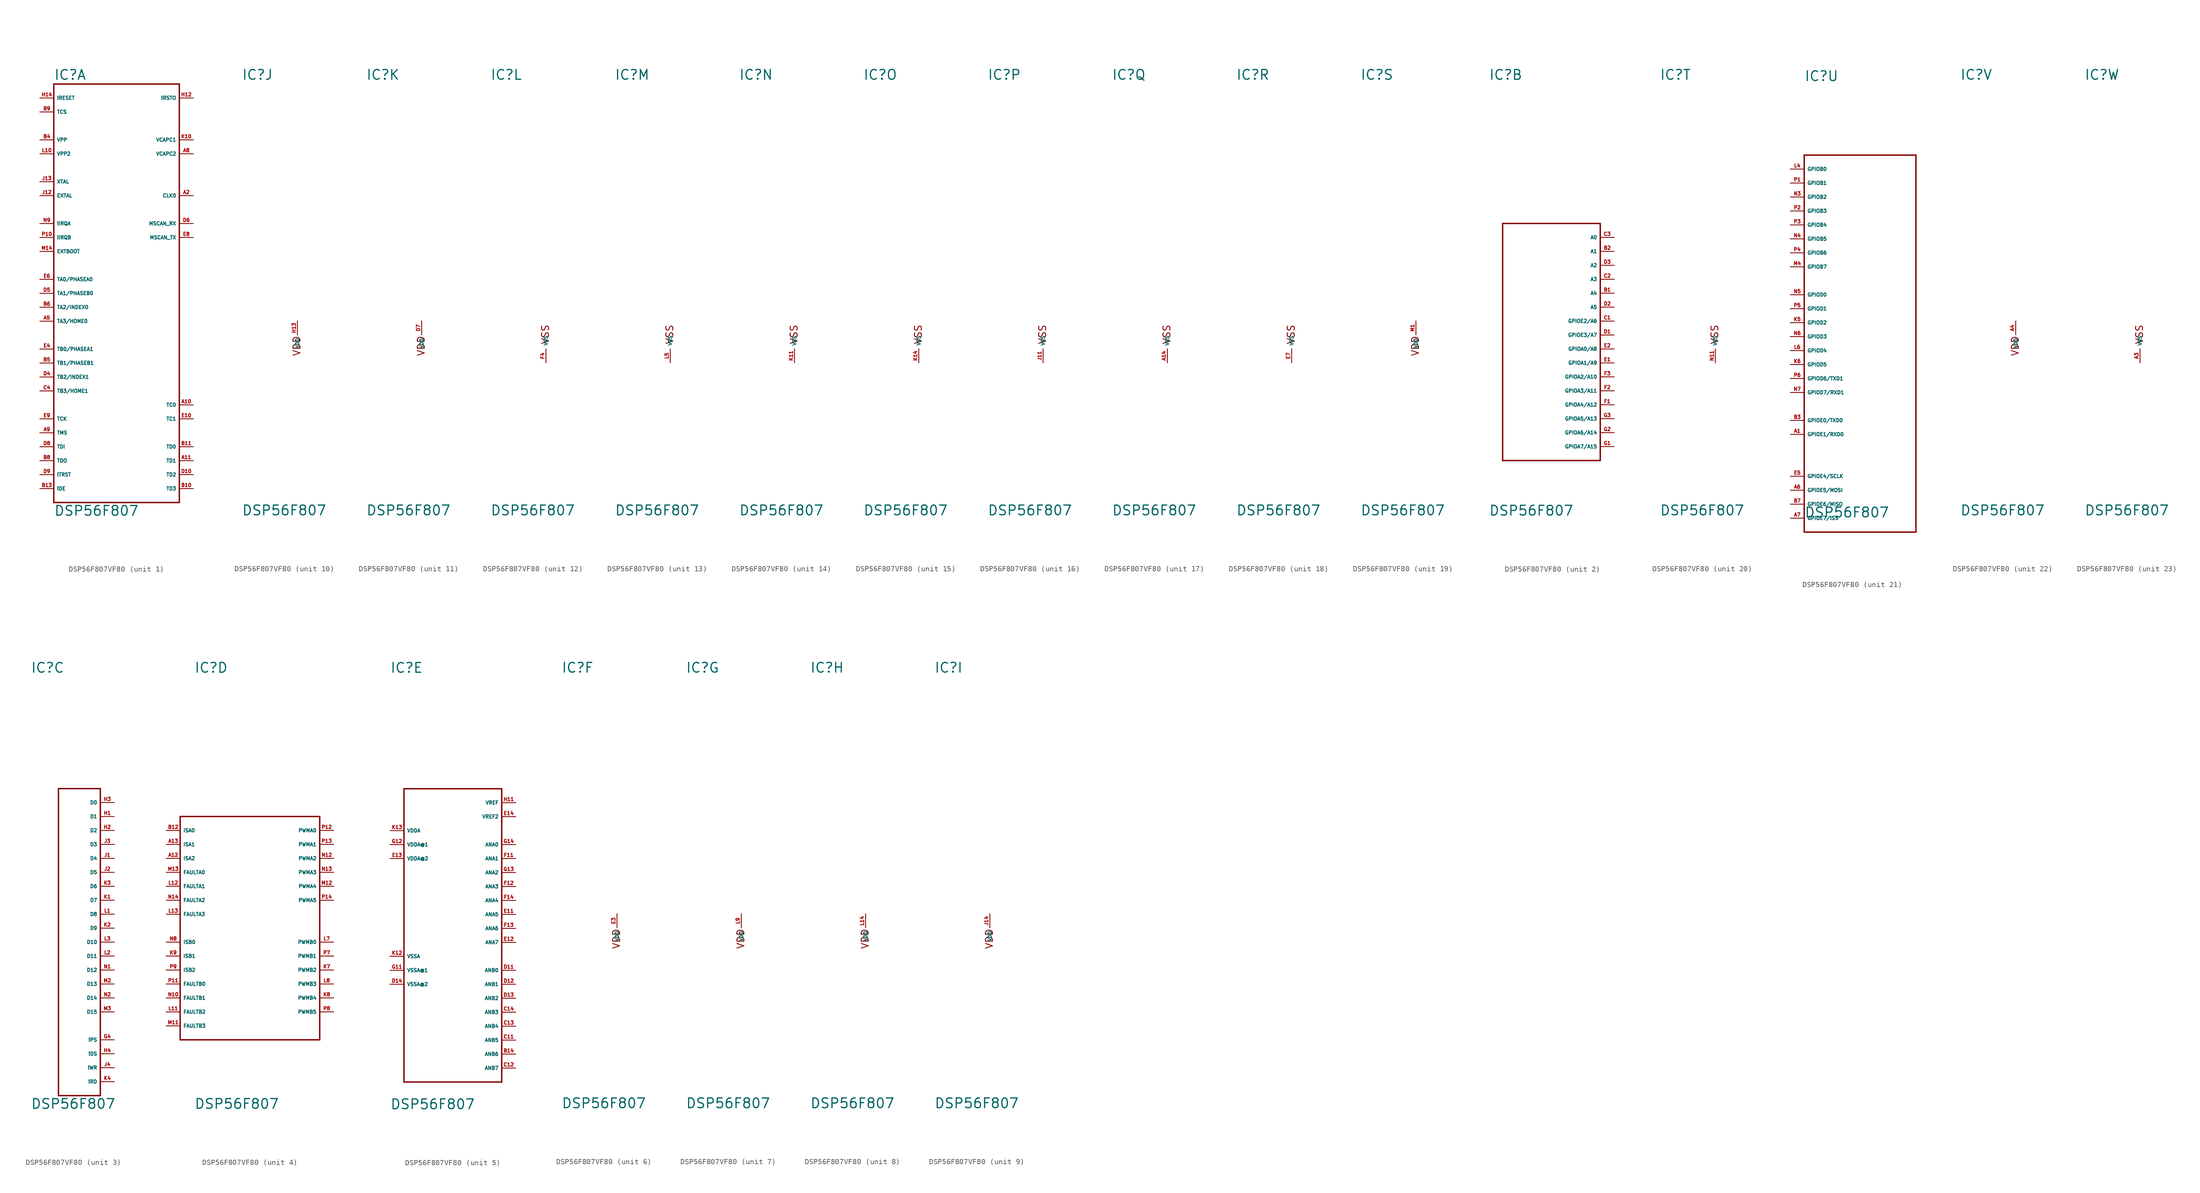
<source format=kicad_sym>
(kicad_symbol_lib
  (version 20220914)
  (generator Eagle2Kicad)
  (symbol "DSP56F807VF80"
    (property "Reference" "IC"
      (at -10.16 46.355 0)
      (effects (font (size 1.778 1.778) (thickness 0.22)) (justify left bottom)))
    (property "Value" "DSP56F807"
      (at -10.16 -33.02 0)
      (effects (font (size 1.778 1.778) (thickness 0.22)) (justify left bottom)))
    (symbol "DSP56F807VF80_1_0"
      (polyline (pts (xy -10.16 45.72) (xy 12.7 45.72)) (stroke (width 0.254) (type default)) (fill (type none)))
      (polyline (pts (xy 12.7 45.72) (xy 12.7 -30.48)) (stroke (width 0.254) (type default)) (fill (type none)))
      (polyline (pts (xy 12.7 -30.48) (xy -10.16 -30.48)) (stroke (width 0.254) (type default)) (fill (type none)))
      (polyline (pts (xy -10.16 -30.48) (xy -10.16 45.72)) (stroke (width 0.254) (type default)) (fill (type none)))
      (pin bidirectional line (at 15.24 -20.32 180) (length 2.54) (name "TD0" (effects (font (size 0.635 0.635) (thickness 0.08)) (justify left bottom))) (number "B11" (effects (font (size 0.635 0.635) (thickness 0.08)) (justify left bottom))))
      (pin bidirectional line (at 15.24 -22.86 180) (length 2.54) (name "TD1" (effects (font (size 0.635 0.635) (thickness 0.08)) (justify left bottom))) (number "A11" (effects (font (size 0.635 0.635) (thickness 0.08)) (justify left bottom))))
      (pin bidirectional line (at 15.24 -25.4 180) (length 2.54) (name "TD2" (effects (font (size 0.635 0.635) (thickness 0.08)) (justify left bottom))) (number "D10" (effects (font (size 0.635 0.635) (thickness 0.08)) (justify left bottom))))
      (pin bidirectional line (at 15.24 -27.94 180) (length 2.54) (name "TD3" (effects (font (size 0.635 0.635) (thickness 0.08)) (justify left bottom))) (number "B10" (effects (font (size 0.635 0.635) (thickness 0.08)) (justify left bottom))))
      (pin bidirectional line (at 15.24 -12.7 180) (length 2.54) (name "TC0" (effects (font (size 0.635 0.635) (thickness 0.08)) (justify left bottom))) (number "A10" (effects (font (size 0.635 0.635) (thickness 0.08)) (justify left bottom))))
      (pin bidirectional line (at 15.24 -15.24 180) (length 2.54) (name "TC1" (effects (font (size 0.635 0.635) (thickness 0.08)) (justify left bottom))) (number "E10" (effects (font (size 0.635 0.635) (thickness 0.08)) (justify left bottom))))
      (pin output line (at 15.24 35.56 180) (length 2.54) (name "VCAPC1" (effects (font (size 0.635 0.635) (thickness 0.08)) (justify left bottom))) (number "K10" (effects (font (size 0.635 0.635) (thickness 0.08)) (justify left bottom))))
      (pin bidirectional line (at -12.7 33.02 0) (length 2.54) (name "VPP2" (effects (font (size 0.635 0.635) (thickness 0.08)) (justify left bottom))) (number "L10" (effects (font (size 0.635 0.635) (thickness 0.08)) (justify left bottom))))
      (pin input line (at -12.7 20.32 0) (length 2.54) (name "!IRQA" (effects (font (size 0.635 0.635) (thickness 0.08)) (justify left bottom))) (number "N9" (effects (font (size 0.635 0.635) (thickness 0.08)) (justify left bottom))))
      (pin input line (at -12.7 17.78 0) (length 2.54) (name "!IRQB" (effects (font (size 0.635 0.635) (thickness 0.08)) (justify left bottom))) (number "P10" (effects (font (size 0.635 0.635) (thickness 0.08)) (justify left bottom))))
      (pin input line (at -12.7 15.24 0) (length 2.54) (name "EXTBOOT" (effects (font (size 0.635 0.635) (thickness 0.08)) (justify left bottom))) (number "M14" (effects (font (size 0.635 0.635) (thickness 0.08)) (justify left bottom))))
      (pin bidirectional line (at -12.7 27.94 0) (length 2.54) (name "XTAL" (effects (font (size 0.635 0.635) (thickness 0.08)) (justify left bottom))) (number "J13" (effects (font (size 0.635 0.635) (thickness 0.08)) (justify left bottom))))
      (pin input line (at -12.7 25.4 0) (length 2.54) (name "EXTAL" (effects (font (size 0.635 0.635) (thickness 0.08)) (justify left bottom))) (number "J12" (effects (font (size 0.635 0.635) (thickness 0.08)) (justify left bottom))))
      (pin output line (at 15.24 43.18 180) (length 2.54) (name "!RSTO" (effects (font (size 0.635 0.635) (thickness 0.08)) (justify left bottom))) (number "H12" (effects (font (size 0.635 0.635) (thickness 0.08)) (justify left bottom))))
      (pin input line (at -12.7 43.18 0) (length 2.54) (name "!RESET" (effects (font (size 0.635 0.635) (thickness 0.08)) (justify left bottom))) (number "H14" (effects (font (size 0.635 0.635) (thickness 0.08)) (justify left bottom))))
      (pin output line (at -12.7 -27.94 0) (length 2.54) (name "!DE" (effects (font (size 0.635 0.635) (thickness 0.08)) (justify left bottom))) (number "B13" (effects (font (size 0.635 0.635) (thickness 0.08)) (justify left bottom))))
      (pin input line (at -12.7 -25.4 0) (length 2.54) (name "!TRST" (effects (font (size 0.635 0.635) (thickness 0.08)) (justify left bottom))) (number "D9" (effects (font (size 0.635 0.635) (thickness 0.08)) (justify left bottom))))
      (pin passive line (at -12.7 40.64 0) (length 2.54) (name "TCS" (effects (font (size 0.635 0.635) (thickness 0.08)) (justify left bottom))) (number "B9" (effects (font (size 0.635 0.635) (thickness 0.08)) (justify left bottom))))
      (pin input line (at -12.7 -15.24 0) (length 2.54) (name "TCK" (effects (font (size 0.635 0.635) (thickness 0.08)) (justify left bottom))) (number "E9" (effects (font (size 0.635 0.635) (thickness 0.08)) (justify left bottom))))
      (pin input line (at -12.7 -17.78 0) (length 2.54) (name "TMS" (effects (font (size 0.635 0.635) (thickness 0.08)) (justify left bottom))) (number "A9" (effects (font (size 0.635 0.635) (thickness 0.08)) (justify left bottom))))
      (pin input line (at -12.7 -20.32 0) (length 2.54) (name "TDI" (effects (font (size 0.635 0.635) (thickness 0.08)) (justify left bottom))) (number "D8" (effects (font (size 0.635 0.635) (thickness 0.08)) (justify left bottom))))
      (pin output line (at -12.7 -22.86 0) (length 2.54) (name "TDO" (effects (font (size 0.635 0.635) (thickness 0.08)) (justify left bottom))) (number "B8" (effects (font (size 0.635 0.635) (thickness 0.08)) (justify left bottom))))
      (pin output line (at 15.24 33.02 180) (length 2.54) (name "VCAPC2" (effects (font (size 0.635 0.635) (thickness 0.08)) (justify left bottom))) (number "A8" (effects (font (size 0.635 0.635) (thickness 0.08)) (justify left bottom))))
      (pin bidirectional line (at -12.7 10.16 0) (length 2.54) (name "TA0/PHASEA0" (effects (font (size 0.635 0.635) (thickness 0.08)) (justify left bottom))) (number "E6" (effects (font (size 0.635 0.635) (thickness 0.08)) (justify left bottom))))
      (pin bidirectional line (at -12.7 7.62 0) (length 2.54) (name "TA1/PHASEB0" (effects (font (size 0.635 0.635) (thickness 0.08)) (justify left bottom))) (number "D5" (effects (font (size 0.635 0.635) (thickness 0.08)) (justify left bottom))))
      (pin bidirectional line (at -12.7 5.08 0) (length 2.54) (name "TA2/INDEX0" (effects (font (size 0.635 0.635) (thickness 0.08)) (justify left bottom))) (number "B6" (effects (font (size 0.635 0.635) (thickness 0.08)) (justify left bottom))))
      (pin bidirectional line (at -12.7 2.54 0) (length 2.54) (name "TA3/HOME0" (effects (font (size 0.635 0.635) (thickness 0.08)) (justify left bottom))) (number "A5" (effects (font (size 0.635 0.635) (thickness 0.08)) (justify left bottom))))
      (pin bidirectional line (at -12.7 -2.54 0) (length 2.54) (name "TB0/PHASEA1" (effects (font (size 0.635 0.635) (thickness 0.08)) (justify left bottom))) (number "E4" (effects (font (size 0.635 0.635) (thickness 0.08)) (justify left bottom))))
      (pin bidirectional line (at -12.7 -5.08 0) (length 2.54) (name "TB1/PHASEB1" (effects (font (size 0.635 0.635) (thickness 0.08)) (justify left bottom))) (number "B5" (effects (font (size 0.635 0.635) (thickness 0.08)) (justify left bottom))))
      (pin bidirectional line (at -12.7 -7.62 0) (length 2.54) (name "TB2/INDEX1" (effects (font (size 0.635 0.635) (thickness 0.08)) (justify left bottom))) (number "D4" (effects (font (size 0.635 0.635) (thickness 0.08)) (justify left bottom))))
      (pin output line (at 15.24 25.4 180) (length 2.54) (name "CLK0" (effects (font (size 0.635 0.635) (thickness 0.08)) (justify left bottom))) (number "A2" (effects (font (size 0.635 0.635) (thickness 0.08)) (justify left bottom))))
      (pin bidirectional line (at -12.7 35.56 0) (length 2.54) (name "VPP" (effects (font (size 0.635 0.635) (thickness 0.08)) (justify left bottom))) (number "B4" (effects (font (size 0.635 0.635) (thickness 0.08)) (justify left bottom))))
      (pin bidirectional line (at -12.7 -10.16 0) (length 2.54) (name "TB3/HOME1" (effects (font (size 0.635 0.635) (thickness 0.08)) (justify left bottom))) (number "C4" (effects (font (size 0.635 0.635) (thickness 0.08)) (justify left bottom))))
      (pin output line (at 15.24 17.78 180) (length 2.54) (name "MSCAN_TX" (effects (font (size 0.635 0.635) (thickness 0.08)) (justify left bottom))) (number "E8" (effects (font (size 0.635 0.635) (thickness 0.08)) (justify left bottom))))
      (pin input line (at 15.24 20.32 180) (length 2.54) (name "MSCAN_RX" (effects (font (size 0.635 0.635) (thickness 0.08)) (justify left bottom))) (number "D6" (effects (font (size 0.635 0.635) (thickness 0.08)) (justify left bottom)))))
    (symbol "DSP56F807VF80_2_0"
      (polyline (pts (xy -7.62 20.32) (xy 10.16 20.32)) (stroke (width 0.254) (type default)) (fill (type none)))
      (polyline (pts (xy 10.16 20.32) (xy 10.16 -22.86)) (stroke (width 0.254) (type default)) (fill (type none)))
      (polyline (pts (xy 10.16 -22.86) (xy -7.62 -22.86)) (stroke (width 0.254) (type default)) (fill (type none)))
      (polyline (pts (xy -7.62 -22.86) (xy -7.62 20.32)) (stroke (width 0.254) (type default)) (fill (type none)))
      (pin output line (at 12.7 17.78 180) (length 2.54) (name "A0" (effects (font (size 0.635 0.635) (thickness 0.08)) (justify left bottom))) (number "C3" (effects (font (size 0.635 0.635) (thickness 0.08)) (justify left bottom))))
      (pin output line (at 12.7 15.24 180) (length 2.54) (name "A1" (effects (font (size 0.635 0.635) (thickness 0.08)) (justify left bottom))) (number "B2" (effects (font (size 0.635 0.635) (thickness 0.08)) (justify left bottom))))
      (pin output line (at 12.7 12.7 180) (length 2.54) (name "A2" (effects (font (size 0.635 0.635) (thickness 0.08)) (justify left bottom))) (number "D3" (effects (font (size 0.635 0.635) (thickness 0.08)) (justify left bottom))))
      (pin output line (at 12.7 10.16 180) (length 2.54) (name "A3" (effects (font (size 0.635 0.635) (thickness 0.08)) (justify left bottom))) (number "C2" (effects (font (size 0.635 0.635) (thickness 0.08)) (justify left bottom))))
      (pin output line (at 12.7 7.62 180) (length 2.54) (name "A4" (effects (font (size 0.635 0.635) (thickness 0.08)) (justify left bottom))) (number "B1" (effects (font (size 0.635 0.635) (thickness 0.08)) (justify left bottom))))
      (pin output line (at 12.7 5.08 180) (length 2.54) (name "A5" (effects (font (size 0.635 0.635) (thickness 0.08)) (justify left bottom))) (number "D2" (effects (font (size 0.635 0.635) (thickness 0.08)) (justify left bottom))))
      (pin bidirectional line (at 12.7 2.54 180) (length 2.54) (name "GPIOE2/A6" (effects (font (size 0.635 0.635) (thickness 0.08)) (justify left bottom))) (number "C1" (effects (font (size 0.635 0.635) (thickness 0.08)) (justify left bottom))))
      (pin bidirectional line (at 12.7 0 180) (length 2.54) (name "GPIOE3/A7" (effects (font (size 0.635 0.635) (thickness 0.08)) (justify left bottom))) (number "D1" (effects (font (size 0.635 0.635) (thickness 0.08)) (justify left bottom))))
      (pin bidirectional line (at 12.7 -2.54 180) (length 2.54) (name "GPIOA0/A8" (effects (font (size 0.635 0.635) (thickness 0.08)) (justify left bottom))) (number "E2" (effects (font (size 0.635 0.635) (thickness 0.08)) (justify left bottom))))
      (pin bidirectional line (at 12.7 -5.08 180) (length 2.54) (name "GPIOA1/A9" (effects (font (size 0.635 0.635) (thickness 0.08)) (justify left bottom))) (number "E1" (effects (font (size 0.635 0.635) (thickness 0.08)) (justify left bottom))))
      (pin bidirectional line (at 12.7 -7.62 180) (length 2.54) (name "GPIOA2/A10" (effects (font (size 0.635 0.635) (thickness 0.08)) (justify left bottom))) (number "F3" (effects (font (size 0.635 0.635) (thickness 0.08)) (justify left bottom))))
      (pin bidirectional line (at 12.7 -10.16 180) (length 2.54) (name "GPIOA3/A11" (effects (font (size 0.635 0.635) (thickness 0.08)) (justify left bottom))) (number "F2" (effects (font (size 0.635 0.635) (thickness 0.08)) (justify left bottom))))
      (pin bidirectional line (at 12.7 -12.7 180) (length 2.54) (name "GPIOA4/A12" (effects (font (size 0.635 0.635) (thickness 0.08)) (justify left bottom))) (number "F1" (effects (font (size 0.635 0.635) (thickness 0.08)) (justify left bottom))))
      (pin bidirectional line (at 12.7 -15.24 180) (length 2.54) (name "GPIOA5/A13" (effects (font (size 0.635 0.635) (thickness 0.08)) (justify left bottom))) (number "G3" (effects (font (size 0.635 0.635) (thickness 0.08)) (justify left bottom))))
      (pin bidirectional line (at 12.7 -17.78 180) (length 2.54) (name "GPIOA6/A14" (effects (font (size 0.635 0.635) (thickness 0.08)) (justify left bottom))) (number "G2" (effects (font (size 0.635 0.635) (thickness 0.08)) (justify left bottom))))
      (pin bidirectional line (at 12.7 -20.32 180) (length 2.54) (name "GPIOA7/A15" (effects (font (size 0.635 0.635) (thickness 0.08)) (justify left bottom))) (number "G1" (effects (font (size 0.635 0.635) (thickness 0.08)) (justify left bottom)))))
    (symbol "DSP56F807VF80_3_0"
      (polyline (pts (xy -5.08 25.4) (xy 2.54 25.4)) (stroke (width 0.254) (type default)) (fill (type none)))
      (polyline (pts (xy 2.54 25.4) (xy 2.54 -30.48)) (stroke (width 0.254) (type default)) (fill (type none)))
      (polyline (pts (xy 2.54 -30.48) (xy -5.08 -30.48)) (stroke (width 0.254) (type default)) (fill (type none)))
      (polyline (pts (xy -5.08 -30.48) (xy -5.08 25.4)) (stroke (width 0.254) (type default)) (fill (type none)))
      (pin bidirectional line (at 5.08 22.86 180) (length 2.54) (name "D0" (effects (font (size 0.635 0.635) (thickness 0.08)) (justify left bottom))) (number "H3" (effects (font (size 0.635 0.635) (thickness 0.08)) (justify left bottom))))
      (pin bidirectional line (at 5.08 20.32 180) (length 2.54) (name "D1" (effects (font (size 0.635 0.635) (thickness 0.08)) (justify left bottom))) (number "H1" (effects (font (size 0.635 0.635) (thickness 0.08)) (justify left bottom))))
      (pin bidirectional line (at 5.08 17.78 180) (length 2.54) (name "D2" (effects (font (size 0.635 0.635) (thickness 0.08)) (justify left bottom))) (number "H2" (effects (font (size 0.635 0.635) (thickness 0.08)) (justify left bottom))))
      (pin bidirectional line (at 5.08 15.24 180) (length 2.54) (name "D3" (effects (font (size 0.635 0.635) (thickness 0.08)) (justify left bottom))) (number "J3" (effects (font (size 0.635 0.635) (thickness 0.08)) (justify left bottom))))
      (pin bidirectional line (at 5.08 12.7 180) (length 2.54) (name "D4" (effects (font (size 0.635 0.635) (thickness 0.08)) (justify left bottom))) (number "J1" (effects (font (size 0.635 0.635) (thickness 0.08)) (justify left bottom))))
      (pin bidirectional line (at 5.08 10.16 180) (length 2.54) (name "D5" (effects (font (size 0.635 0.635) (thickness 0.08)) (justify left bottom))) (number "J2" (effects (font (size 0.635 0.635) (thickness 0.08)) (justify left bottom))))
      (pin bidirectional line (at 5.08 7.62 180) (length 2.54) (name "D6" (effects (font (size 0.635 0.635) (thickness 0.08)) (justify left bottom))) (number "K3" (effects (font (size 0.635 0.635) (thickness 0.08)) (justify left bottom))))
      (pin bidirectional line (at 5.08 5.08 180) (length 2.54) (name "D7" (effects (font (size 0.635 0.635) (thickness 0.08)) (justify left bottom))) (number "K1" (effects (font (size 0.635 0.635) (thickness 0.08)) (justify left bottom))))
      (pin bidirectional line (at 5.08 2.54 180) (length 2.54) (name "D8" (effects (font (size 0.635 0.635) (thickness 0.08)) (justify left bottom))) (number "L1" (effects (font (size 0.635 0.635) (thickness 0.08)) (justify left bottom))))
      (pin bidirectional line (at 5.08 0 180) (length 2.54) (name "D9" (effects (font (size 0.635 0.635) (thickness 0.08)) (justify left bottom))) (number "K2" (effects (font (size 0.635 0.635) (thickness 0.08)) (justify left bottom))))
      (pin bidirectional line (at 5.08 -2.54 180) (length 2.54) (name "D10" (effects (font (size 0.635 0.635) (thickness 0.08)) (justify left bottom))) (number "L3" (effects (font (size 0.635 0.635) (thickness 0.08)) (justify left bottom))))
      (pin bidirectional line (at 5.08 -5.08 180) (length 2.54) (name "D11" (effects (font (size 0.635 0.635) (thickness 0.08)) (justify left bottom))) (number "L2" (effects (font (size 0.635 0.635) (thickness 0.08)) (justify left bottom))))
      (pin bidirectional line (at 5.08 -7.62 180) (length 2.54) (name "D12" (effects (font (size 0.635 0.635) (thickness 0.08)) (justify left bottom))) (number "N1" (effects (font (size 0.635 0.635) (thickness 0.08)) (justify left bottom))))
      (pin bidirectional line (at 5.08 -10.16 180) (length 2.54) (name "D13" (effects (font (size 0.635 0.635) (thickness 0.08)) (justify left bottom))) (number "M2" (effects (font (size 0.635 0.635) (thickness 0.08)) (justify left bottom))))
      (pin bidirectional line (at 5.08 -12.7 180) (length 2.54) (name "D14" (effects (font (size 0.635 0.635) (thickness 0.08)) (justify left bottom))) (number "N2" (effects (font (size 0.635 0.635) (thickness 0.08)) (justify left bottom))))
      (pin bidirectional line (at 5.08 -15.24 180) (length 2.54) (name "D15" (effects (font (size 0.635 0.635) (thickness 0.08)) (justify left bottom))) (number "M3" (effects (font (size 0.635 0.635) (thickness 0.08)) (justify left bottom))))
      (pin output line (at 5.08 -20.32 180) (length 2.54) (name "!PS" (effects (font (size 0.635 0.635) (thickness 0.08)) (justify left bottom))) (number "G4" (effects (font (size 0.635 0.635) (thickness 0.08)) (justify left bottom))))
      (pin output line (at 5.08 -22.86 180) (length 2.54) (name "!DS" (effects (font (size 0.635 0.635) (thickness 0.08)) (justify left bottom))) (number "H4" (effects (font (size 0.635 0.635) (thickness 0.08)) (justify left bottom))))
      (pin output line (at 5.08 -25.4 180) (length 2.54) (name "!WR" (effects (font (size 0.635 0.635) (thickness 0.08)) (justify left bottom))) (number "J4" (effects (font (size 0.635 0.635) (thickness 0.08)) (justify left bottom))))
      (pin output line (at 5.08 -27.94 180) (length 2.54) (name "!RD" (effects (font (size 0.635 0.635) (thickness 0.08)) (justify left bottom))) (number "K4" (effects (font (size 0.635 0.635) (thickness 0.08)) (justify left bottom)))))
    (symbol "DSP56F807VF80_4_0"
      (polyline (pts (xy -12.7 20.32) (xy 12.7 20.32)) (stroke (width 0.254) (type default)) (fill (type none)))
      (polyline (pts (xy 12.7 20.32) (xy 12.7 -20.32)) (stroke (width 0.254) (type default)) (fill (type none)))
      (polyline (pts (xy 12.7 -20.32) (xy -12.7 -20.32)) (stroke (width 0.254) (type default)) (fill (type none)))
      (polyline (pts (xy -12.7 -20.32) (xy -12.7 20.32)) (stroke (width 0.254) (type default)) (fill (type none)))
      (pin output line (at 15.24 -2.54 180) (length 2.54) (name "PWMB0" (effects (font (size 0.635 0.635) (thickness 0.08)) (justify left bottom))) (number "L7" (effects (font (size 0.635 0.635) (thickness 0.08)) (justify left bottom))))
      (pin output line (at 15.24 -5.08 180) (length 2.54) (name "PWMB1" (effects (font (size 0.635 0.635) (thickness 0.08)) (justify left bottom))) (number "P7" (effects (font (size 0.635 0.635) (thickness 0.08)) (justify left bottom))))
      (pin output line (at 15.24 -7.62 180) (length 2.54) (name "PWMB2" (effects (font (size 0.635 0.635) (thickness 0.08)) (justify left bottom))) (number "K7" (effects (font (size 0.635 0.635) (thickness 0.08)) (justify left bottom))))
      (pin output line (at 15.24 -10.16 180) (length 2.54) (name "PWMB3" (effects (font (size 0.635 0.635) (thickness 0.08)) (justify left bottom))) (number "L8" (effects (font (size 0.635 0.635) (thickness 0.08)) (justify left bottom))))
      (pin output line (at 15.24 -12.7 180) (length 2.54) (name "PWMB4" (effects (font (size 0.635 0.635) (thickness 0.08)) (justify left bottom))) (number "K8" (effects (font (size 0.635 0.635) (thickness 0.08)) (justify left bottom))))
      (pin output line (at 15.24 -15.24 180) (length 2.54) (name "PWMB5" (effects (font (size 0.635 0.635) (thickness 0.08)) (justify left bottom))) (number "P8" (effects (font (size 0.635 0.635) (thickness 0.08)) (justify left bottom))))
      (pin output line (at 15.24 17.78 180) (length 2.54) (name "PWMA0" (effects (font (size 0.635 0.635) (thickness 0.08)) (justify left bottom))) (number "P12" (effects (font (size 0.635 0.635) (thickness 0.08)) (justify left bottom))))
      (pin output line (at 15.24 15.24 180) (length 2.54) (name "PWMA1" (effects (font (size 0.635 0.635) (thickness 0.08)) (justify left bottom))) (number "P13" (effects (font (size 0.635 0.635) (thickness 0.08)) (justify left bottom))))
      (pin output line (at 15.24 12.7 180) (length 2.54) (name "PWMA2" (effects (font (size 0.635 0.635) (thickness 0.08)) (justify left bottom))) (number "N12" (effects (font (size 0.635 0.635) (thickness 0.08)) (justify left bottom))))
      (pin output line (at 15.24 10.16 180) (length 2.54) (name "PWMA3" (effects (font (size 0.635 0.635) (thickness 0.08)) (justify left bottom))) (number "N13" (effects (font (size 0.635 0.635) (thickness 0.08)) (justify left bottom))))
      (pin output line (at 15.24 7.62 180) (length 2.54) (name "PWMA4" (effects (font (size 0.635 0.635) (thickness 0.08)) (justify left bottom))) (number "M12" (effects (font (size 0.635 0.635) (thickness 0.08)) (justify left bottom))))
      (pin output line (at 15.24 5.08 180) (length 2.54) (name "PWMA5" (effects (font (size 0.635 0.635) (thickness 0.08)) (justify left bottom))) (number "P14" (effects (font (size 0.635 0.635) (thickness 0.08)) (justify left bottom))))
      (pin input line (at -15.24 -10.16 0) (length 2.54) (name "FAULTB0" (effects (font (size 0.635 0.635) (thickness 0.08)) (justify left bottom))) (number "P11" (effects (font (size 0.635 0.635) (thickness 0.08)) (justify left bottom))))
      (pin input line (at -15.24 -12.7 0) (length 2.54) (name "FAULTB1" (effects (font (size 0.635 0.635) (thickness 0.08)) (justify left bottom))) (number "N10" (effects (font (size 0.635 0.635) (thickness 0.08)) (justify left bottom))))
      (pin input line (at -15.24 -15.24 0) (length 2.54) (name "FAULTB2" (effects (font (size 0.635 0.635) (thickness 0.08)) (justify left bottom))) (number "L11" (effects (font (size 0.635 0.635) (thickness 0.08)) (justify left bottom))))
      (pin input line (at -15.24 -17.78 0) (length 2.54) (name "FAULTB3" (effects (font (size 0.635 0.635) (thickness 0.08)) (justify left bottom))) (number "M11" (effects (font (size 0.635 0.635) (thickness 0.08)) (justify left bottom))))
      (pin input line (at -15.24 10.16 0) (length 2.54) (name "FAULTA0" (effects (font (size 0.635 0.635) (thickness 0.08)) (justify left bottom))) (number "M13" (effects (font (size 0.635 0.635) (thickness 0.08)) (justify left bottom))))
      (pin input line (at -15.24 7.62 0) (length 2.54) (name "FAULTA1" (effects (font (size 0.635 0.635) (thickness 0.08)) (justify left bottom))) (number "L12" (effects (font (size 0.635 0.635) (thickness 0.08)) (justify left bottom))))
      (pin input line (at -15.24 5.08 0) (length 2.54) (name "FAULTA2" (effects (font (size 0.635 0.635) (thickness 0.08)) (justify left bottom))) (number "N14" (effects (font (size 0.635 0.635) (thickness 0.08)) (justify left bottom))))
      (pin input line (at -15.24 2.54 0) (length 2.54) (name "FAULTA3" (effects (font (size 0.635 0.635) (thickness 0.08)) (justify left bottom))) (number "L13" (effects (font (size 0.635 0.635) (thickness 0.08)) (justify left bottom))))
      (pin input line (at -15.24 17.78 0) (length 2.54) (name "ISA0" (effects (font (size 0.635 0.635) (thickness 0.08)) (justify left bottom))) (number "B12" (effects (font (size 0.635 0.635) (thickness 0.08)) (justify left bottom))))
      (pin input line (at -15.24 15.24 0) (length 2.54) (name "ISA1" (effects (font (size 0.635 0.635) (thickness 0.08)) (justify left bottom))) (number "A13" (effects (font (size 0.635 0.635) (thickness 0.08)) (justify left bottom))))
      (pin input line (at -15.24 12.7 0) (length 2.54) (name "ISA2" (effects (font (size 0.635 0.635) (thickness 0.08)) (justify left bottom))) (number "A12" (effects (font (size 0.635 0.635) (thickness 0.08)) (justify left bottom))))
      (pin input line (at -15.24 -2.54 0) (length 2.54) (name "ISB0" (effects (font (size 0.635 0.635) (thickness 0.08)) (justify left bottom))) (number "N8" (effects (font (size 0.635 0.635) (thickness 0.08)) (justify left bottom))))
      (pin input line (at -15.24 -5.08 0) (length 2.54) (name "ISB1" (effects (font (size 0.635 0.635) (thickness 0.08)) (justify left bottom))) (number "K9" (effects (font (size 0.635 0.635) (thickness 0.08)) (justify left bottom))))
      (pin input line (at -15.24 -7.62 0) (length 2.54) (name "ISB2" (effects (font (size 0.635 0.635) (thickness 0.08)) (justify left bottom))) (number "P9" (effects (font (size 0.635 0.635) (thickness 0.08)) (justify left bottom)))))
    (symbol "DSP56F807VF80_5_0"
      (polyline (pts (xy -7.62 25.4) (xy 10.16 25.4)) (stroke (width 0.254) (type default)) (fill (type none)))
      (polyline (pts (xy 10.16 25.4) (xy 10.16 -27.94)) (stroke (width 0.254) (type default)) (fill (type none)))
      (polyline (pts (xy 10.16 -27.94) (xy -7.62 -27.94)) (stroke (width 0.254) (type default)) (fill (type none)))
      (polyline (pts (xy -7.62 -27.94) (xy -7.62 25.4)) (stroke (width 0.254) (type default)) (fill (type none)))
      (pin input line (at 12.7 15.24 180) (length 2.54) (name "ANA0" (effects (font (size 0.635 0.635) (thickness 0.08)) (justify left bottom))) (number "G14" (effects (font (size 0.635 0.635) (thickness 0.08)) (justify left bottom))))
      (pin input line (at 12.7 12.7 180) (length 2.54) (name "ANA1" (effects (font (size 0.635 0.635) (thickness 0.08)) (justify left bottom))) (number "F11" (effects (font (size 0.635 0.635) (thickness 0.08)) (justify left bottom))))
      (pin input line (at 12.7 10.16 180) (length 2.54) (name "ANA2" (effects (font (size 0.635 0.635) (thickness 0.08)) (justify left bottom))) (number "G13" (effects (font (size 0.635 0.635) (thickness 0.08)) (justify left bottom))))
      (pin input line (at 12.7 7.62 180) (length 2.54) (name "ANA3" (effects (font (size 0.635 0.635) (thickness 0.08)) (justify left bottom))) (number "F12" (effects (font (size 0.635 0.635) (thickness 0.08)) (justify left bottom))))
      (pin input line (at 12.7 5.08 180) (length 2.54) (name "ANA4" (effects (font (size 0.635 0.635) (thickness 0.08)) (justify left bottom))) (number "F14" (effects (font (size 0.635 0.635) (thickness 0.08)) (justify left bottom))))
      (pin input line (at 12.7 2.54 180) (length 2.54) (name "ANA5" (effects (font (size 0.635 0.635) (thickness 0.08)) (justify left bottom))) (number "E11" (effects (font (size 0.635 0.635) (thickness 0.08)) (justify left bottom))))
      (pin input line (at 12.7 0 180) (length 2.54) (name "ANA6" (effects (font (size 0.635 0.635) (thickness 0.08)) (justify left bottom))) (number "F13" (effects (font (size 0.635 0.635) (thickness 0.08)) (justify left bottom))))
      (pin input line (at 12.7 -2.54 180) (length 2.54) (name "ANA7" (effects (font (size 0.635 0.635) (thickness 0.08)) (justify left bottom))) (number "E12" (effects (font (size 0.635 0.635) (thickness 0.08)) (justify left bottom))))
      (pin input line (at 12.7 -7.62 180) (length 2.54) (name "ANB0" (effects (font (size 0.635 0.635) (thickness 0.08)) (justify left bottom))) (number "D11" (effects (font (size 0.635 0.635) (thickness 0.08)) (justify left bottom))))
      (pin input line (at 12.7 -10.16 180) (length 2.54) (name "ANB1" (effects (font (size 0.635 0.635) (thickness 0.08)) (justify left bottom))) (number "D12" (effects (font (size 0.635 0.635) (thickness 0.08)) (justify left bottom))))
      (pin input line (at 12.7 -12.7 180) (length 2.54) (name "ANB2" (effects (font (size 0.635 0.635) (thickness 0.08)) (justify left bottom))) (number "D13" (effects (font (size 0.635 0.635) (thickness 0.08)) (justify left bottom))))
      (pin input line (at 12.7 -15.24 180) (length 2.54) (name "ANB3" (effects (font (size 0.635 0.635) (thickness 0.08)) (justify left bottom))) (number "C14" (effects (font (size 0.635 0.635) (thickness 0.08)) (justify left bottom))))
      (pin input line (at 12.7 -17.78 180) (length 2.54) (name "ANB4" (effects (font (size 0.635 0.635) (thickness 0.08)) (justify left bottom))) (number "C13" (effects (font (size 0.635 0.635) (thickness 0.08)) (justify left bottom))))
      (pin input line (at 12.7 -20.32 180) (length 2.54) (name "ANB5" (effects (font (size 0.635 0.635) (thickness 0.08)) (justify left bottom))) (number "C11" (effects (font (size 0.635 0.635) (thickness 0.08)) (justify left bottom))))
      (pin input line (at 12.7 -22.86 180) (length 2.54) (name "ANB6" (effects (font (size 0.635 0.635) (thickness 0.08)) (justify left bottom))) (number "B14" (effects (font (size 0.635 0.635) (thickness 0.08)) (justify left bottom))))
      (pin input line (at 12.7 -25.4 180) (length 2.54) (name "ANB7" (effects (font (size 0.635 0.635) (thickness 0.08)) (justify left bottom))) (number "C12" (effects (font (size 0.635 0.635) (thickness 0.08)) (justify left bottom))))
      (pin input line (at 12.7 22.86 180) (length 2.54) (name "VREF" (effects (font (size 0.635 0.635) (thickness 0.08)) (justify left bottom))) (number "H11" (effects (font (size 0.635 0.635) (thickness 0.08)) (justify left bottom))))
      (pin input line (at 12.7 20.32 180) (length 2.54) (name "VREF2" (effects (font (size 0.635 0.635) (thickness 0.08)) (justify left bottom))) (number "E14" (effects (font (size 0.635 0.635) (thickness 0.08)) (justify left bottom))))
      (pin unspecified line (at -10.16 17.78 0) (length 2.54) (name "VDDA" (effects (font (size 0.635 0.635) (thickness 0.08)) (justify left bottom))) (number "K13" (effects (font (size 0.635 0.635) (thickness 0.08)) (justify left bottom))))
      (pin unspecified line (at -10.16 15.24 0) (length 2.54) (name "VDDA@1" (effects (font (size 0.635 0.635) (thickness 0.08)) (justify left bottom))) (number "G12" (effects (font (size 0.635 0.635) (thickness 0.08)) (justify left bottom))))
      (pin unspecified line (at -10.16 12.7 0) (length 2.54) (name "VDDA@2" (effects (font (size 0.635 0.635) (thickness 0.08)) (justify left bottom))) (number "E13" (effects (font (size 0.635 0.635) (thickness 0.08)) (justify left bottom))))
      (pin unspecified line (at -10.16 -5.08 0) (length 2.54) (name "VSSA" (effects (font (size 0.635 0.635) (thickness 0.08)) (justify left bottom))) (number "K12" (effects (font (size 0.635 0.635) (thickness 0.08)) (justify left bottom))))
      (pin unspecified line (at -10.16 -7.62 0) (length 2.54) (name "VSSA@1" (effects (font (size 0.635 0.635) (thickness 0.08)) (justify left bottom))) (number "G11" (effects (font (size 0.635 0.635) (thickness 0.08)) (justify left bottom))))
      (pin unspecified line (at -10.16 -10.16 0) (length 2.54) (name "VSSA@2" (effects (font (size 0.635 0.635) (thickness 0.08)) (justify left bottom))) (number "D14" (effects (font (size 0.635 0.635) (thickness 0.08)) (justify left bottom)))))
    (symbol "DSP56F807VF80_6_0"
      (text "VDD" (at 0.635 -3.937 900) (effects (font (size 1.27 1.27) (thickness 0.16)) (justify left bottom)))
      (pin unspecified line (at 0 2.54 270) (length 2.54) (name "VDD" (effects (font (size 0.635 0.635) (thickness 0.08)) (justify left bottom))) (number "E3" (effects (font (size 0.635 0.635) (thickness 0.08)) (justify left bottom)))))
    (symbol "DSP56F807VF80_7_0"
      (text "VDD" (at 0.635 -3.937 900) (effects (font (size 1.27 1.27) (thickness 0.16)) (justify left bottom)))
      (pin unspecified line (at 0 2.54 270) (length 2.54) (name "VDD" (effects (font (size 0.635 0.635) (thickness 0.08)) (justify left bottom))) (number "L9" (effects (font (size 0.635 0.635) (thickness 0.08)) (justify left bottom)))))
    (symbol "DSP56F807VF80_8_0"
      (text "VDD" (at 0.635 -3.937 900) (effects (font (size 1.27 1.27) (thickness 0.16)) (justify left bottom)))
      (pin unspecified line (at 0 2.54 270) (length 2.54) (name "VDD" (effects (font (size 0.635 0.635) (thickness 0.08)) (justify left bottom))) (number "L14" (effects (font (size 0.635 0.635) (thickness 0.08)) (justify left bottom)))))
    (symbol "DSP56F807VF80_9_0"
      (text "VDD" (at 0.635 -3.937 900) (effects (font (size 1.27 1.27) (thickness 0.16)) (justify left bottom)))
      (pin unspecified line (at 0 2.54 270) (length 2.54) (name "VDD" (effects (font (size 0.635 0.635) (thickness 0.08)) (justify left bottom))) (number "J14" (effects (font (size 0.635 0.635) (thickness 0.08)) (justify left bottom)))))
    (symbol "DSP56F807VF80_10_0"
      (text "VDD" (at 0.635 -3.937 900) (effects (font (size 1.27 1.27) (thickness 0.16)) (justify left bottom)))
      (pin unspecified line (at 0 2.54 270) (length 2.54) (name "VDD" (effects (font (size 0.635 0.635) (thickness 0.08)) (justify left bottom))) (number "H13" (effects (font (size 0.635 0.635) (thickness 0.08)) (justify left bottom)))))
    (symbol "DSP56F807VF80_11_0"
      (text "VDD" (at 0.635 -3.937 900) (effects (font (size 1.27 1.27) (thickness 0.16)) (justify left bottom)))
      (pin unspecified line (at 0 2.54 270) (length 2.54) (name "VDD" (effects (font (size 0.635 0.635) (thickness 0.08)) (justify left bottom))) (number "D7" (effects (font (size 0.635 0.635) (thickness 0.08)) (justify left bottom)))))
    (symbol "DSP56F807VF80_12_0"
      (text "VSS" (at 0.635 -1.778 900) (effects (font (size 1.27 1.27) (thickness 0.16)) (justify left bottom)))
      (pin unspecified line (at 0 -5.08 90) (length 2.54) (name "VSS" (effects (font (size 0.635 0.635) (thickness 0.08)) (justify left bottom))) (number "F4" (effects (font (size 0.635 0.635) (thickness 0.08)) (justify left bottom)))))
    (symbol "DSP56F807VF80_13_0"
      (text "VSS" (at 0.635 -1.778 900) (effects (font (size 1.27 1.27) (thickness 0.16)) (justify left bottom)))
      (pin unspecified line (at 0 -5.08 90) (length 2.54) (name "VSS" (effects (font (size 0.635 0.635) (thickness 0.08)) (justify left bottom))) (number "L5" (effects (font (size 0.635 0.635) (thickness 0.08)) (justify left bottom)))))
    (symbol "DSP56F807VF80_14_0"
      (text "VSS" (at 0.635 -1.778 900) (effects (font (size 1.27 1.27) (thickness 0.16)) (justify left bottom)))
      (pin unspecified line (at 0 -5.08 90) (length 2.54) (name "VSS" (effects (font (size 0.635 0.635) (thickness 0.08)) (justify left bottom))) (number "K11" (effects (font (size 0.635 0.635) (thickness 0.08)) (justify left bottom)))))
    (symbol "DSP56F807VF80_15_0"
      (text "VSS" (at 0.635 -1.778 900) (effects (font (size 1.27 1.27) (thickness 0.16)) (justify left bottom)))
      (pin unspecified line (at 0 -5.08 90) (length 2.54) (name "VSS" (effects (font (size 0.635 0.635) (thickness 0.08)) (justify left bottom))) (number "K14" (effects (font (size 0.635 0.635) (thickness 0.08)) (justify left bottom)))))
    (symbol "DSP56F807VF80_16_0"
      (text "VSS" (at 0.635 -1.778 900) (effects (font (size 1.27 1.27) (thickness 0.16)) (justify left bottom)))
      (pin unspecified line (at 0 -5.08 90) (length 2.54) (name "VSS" (effects (font (size 0.635 0.635) (thickness 0.08)) (justify left bottom))) (number "J11" (effects (font (size 0.635 0.635) (thickness 0.08)) (justify left bottom)))))
    (symbol "DSP56F807VF80_17_0"
      (text "VSS" (at 0.635 -1.778 900) (effects (font (size 1.27 1.27) (thickness 0.16)) (justify left bottom)))
      (pin unspecified line (at 0 -5.08 90) (length 2.54) (name "VSS" (effects (font (size 0.635 0.635) (thickness 0.08)) (justify left bottom))) (number "A14" (effects (font (size 0.635 0.635) (thickness 0.08)) (justify left bottom)))))
    (symbol "DSP56F807VF80_18_0"
      (text "VSS" (at 0.635 -1.778 900) (effects (font (size 1.27 1.27) (thickness 0.16)) (justify left bottom)))
      (pin unspecified line (at 0 -5.08 90) (length 2.54) (name "VSS" (effects (font (size 0.635 0.635) (thickness 0.08)) (justify left bottom))) (number "E7" (effects (font (size 0.635 0.635) (thickness 0.08)) (justify left bottom)))))
    (symbol "DSP56F807VF80_19_0"
      (text "VDD" (at 0.635 -3.937 900) (effects (font (size 1.27 1.27) (thickness 0.16)) (justify left bottom)))
      (pin unspecified line (at 0 2.54 270) (length 2.54) (name "VDD" (effects (font (size 0.635 0.635) (thickness 0.08)) (justify left bottom))) (number "M1" (effects (font (size 0.635 0.635) (thickness 0.08)) (justify left bottom)))))
    (symbol "DSP56F807VF80_20_0"
      (text "VSS" (at 0.635 -1.778 900) (effects (font (size 1.27 1.27) (thickness 0.16)) (justify left bottom)))
      (pin unspecified line (at 0 -5.08 90) (length 2.54) (name "VSS" (effects (font (size 0.635 0.635) (thickness 0.08)) (justify left bottom))) (number "N11" (effects (font (size 0.635 0.635) (thickness 0.08)) (justify left bottom)))))
    (symbol "DSP56F807VF80_21_0"
      (polyline (pts (xy -10.16 33.02) (xy 10.16 33.02)) (stroke (width 0.254) (type default)) (fill (type none)))
      (polyline (pts (xy 10.16 33.02) (xy 10.16 -35.56)) (stroke (width 0.254) (type default)) (fill (type none)))
      (polyline (pts (xy 10.16 -35.56) (xy -10.16 -35.56)) (stroke (width 0.254) (type default)) (fill (type none)))
      (polyline (pts (xy -10.16 -35.56) (xy -10.16 33.02)) (stroke (width 0.254) (type default)) (fill (type none)))
      (pin bidirectional line (at -12.7 30.48 0) (length 2.54) (name "GPIOB0" (effects (font (size 0.635 0.635) (thickness 0.08)) (justify left bottom))) (number "L4" (effects (font (size 0.635 0.635) (thickness 0.08)) (justify left bottom))))
      (pin bidirectional line (at -12.7 27.94 0) (length 2.54) (name "GPIOB1" (effects (font (size 0.635 0.635) (thickness 0.08)) (justify left bottom))) (number "P1" (effects (font (size 0.635 0.635) (thickness 0.08)) (justify left bottom))))
      (pin bidirectional line (at -12.7 25.4 0) (length 2.54) (name "GPIOB2" (effects (font (size 0.635 0.635) (thickness 0.08)) (justify left bottom))) (number "N3" (effects (font (size 0.635 0.635) (thickness 0.08)) (justify left bottom))))
      (pin bidirectional line (at -12.7 22.86 0) (length 2.54) (name "GPIOB3" (effects (font (size 0.635 0.635) (thickness 0.08)) (justify left bottom))) (number "P2" (effects (font (size 0.635 0.635) (thickness 0.08)) (justify left bottom))))
      (pin bidirectional line (at -12.7 20.32 0) (length 2.54) (name "GPIOB4" (effects (font (size 0.635 0.635) (thickness 0.08)) (justify left bottom))) (number "P3" (effects (font (size 0.635 0.635) (thickness 0.08)) (justify left bottom))))
      (pin bidirectional line (at -12.7 17.78 0) (length 2.54) (name "GPIOB5" (effects (font (size 0.635 0.635) (thickness 0.08)) (justify left bottom))) (number "N4" (effects (font (size 0.635 0.635) (thickness 0.08)) (justify left bottom))))
      (pin bidirectional line (at -12.7 15.24 0) (length 2.54) (name "GPIOB6" (effects (font (size 0.635 0.635) (thickness 0.08)) (justify left bottom))) (number "P4" (effects (font (size 0.635 0.635) (thickness 0.08)) (justify left bottom))))
      (pin bidirectional line (at -12.7 12.7 0) (length 2.54) (name "GPIOB7" (effects (font (size 0.635 0.635) (thickness 0.08)) (justify left bottom))) (number "M4" (effects (font (size 0.635 0.635) (thickness 0.08)) (justify left bottom))))
      (pin bidirectional line (at -12.7 7.62 0) (length 2.54) (name "GPIOD0" (effects (font (size 0.635 0.635) (thickness 0.08)) (justify left bottom))) (number "N5" (effects (font (size 0.635 0.635) (thickness 0.08)) (justify left bottom))))
      (pin bidirectional line (at -12.7 5.08 0) (length 2.54) (name "GPIOD1" (effects (font (size 0.635 0.635) (thickness 0.08)) (justify left bottom))) (number "P5" (effects (font (size 0.635 0.635) (thickness 0.08)) (justify left bottom))))
      (pin bidirectional line (at -12.7 2.54 0) (length 2.54) (name "GPIOD2" (effects (font (size 0.635 0.635) (thickness 0.08)) (justify left bottom))) (number "K5" (effects (font (size 0.635 0.635) (thickness 0.08)) (justify left bottom))))
      (pin bidirectional line (at -12.7 0 0) (length 2.54) (name "GPIOD3" (effects (font (size 0.635 0.635) (thickness 0.08)) (justify left bottom))) (number "N6" (effects (font (size 0.635 0.635) (thickness 0.08)) (justify left bottom))))
      (pin bidirectional line (at -12.7 -2.54 0) (length 2.54) (name "GPIOD4" (effects (font (size 0.635 0.635) (thickness 0.08)) (justify left bottom))) (number "L6" (effects (font (size 0.635 0.635) (thickness 0.08)) (justify left bottom))))
      (pin bidirectional line (at -12.7 -5.08 0) (length 2.54) (name "GPIOD5" (effects (font (size 0.635 0.635) (thickness 0.08)) (justify left bottom))) (number "K6" (effects (font (size 0.635 0.635) (thickness 0.08)) (justify left bottom))))
      (pin bidirectional line (at -12.7 -7.62 0) (length 2.54) (name "GPIOD6/TXD1" (effects (font (size 0.635 0.635) (thickness 0.08)) (justify left bottom))) (number "P6" (effects (font (size 0.635 0.635) (thickness 0.08)) (justify left bottom))))
      (pin bidirectional line (at -12.7 -10.16 0) (length 2.54) (name "GPIOD7/RXD1" (effects (font (size 0.635 0.635) (thickness 0.08)) (justify left bottom))) (number "N7" (effects (font (size 0.635 0.635) (thickness 0.08)) (justify left bottom))))
      (pin bidirectional line (at -12.7 -33.02 0) (length 2.54) (name "GPIOE7/!SS" (effects (font (size 0.635 0.635) (thickness 0.08)) (justify left bottom))) (number "A7" (effects (font (size 0.635 0.635) (thickness 0.08)) (justify left bottom))))
      (pin bidirectional line (at -12.7 -25.4 0) (length 2.54) (name "GPIOE4/SCLK" (effects (font (size 0.635 0.635) (thickness 0.08)) (justify left bottom))) (number "E5" (effects (font (size 0.635 0.635) (thickness 0.08)) (justify left bottom))))
      (pin bidirectional line (at -12.7 -30.48 0) (length 2.54) (name "GPIOE6/MISO" (effects (font (size 0.635 0.635) (thickness 0.08)) (justify left bottom))) (number "B7" (effects (font (size 0.635 0.635) (thickness 0.08)) (justify left bottom))))
      (pin bidirectional line (at -12.7 -27.94 0) (length 2.54) (name "GPIOE5/MOSI" (effects (font (size 0.635 0.635) (thickness 0.08)) (justify left bottom))) (number "A6" (effects (font (size 0.635 0.635) (thickness 0.08)) (justify left bottom))))
      (pin bidirectional line (at -12.7 -15.24 0) (length 2.54) (name "GPIOE0/TXD0" (effects (font (size 0.635 0.635) (thickness 0.08)) (justify left bottom))) (number "B3" (effects (font (size 0.635 0.635) (thickness 0.08)) (justify left bottom))))
      (pin bidirectional line (at -12.7 -17.78 0) (length 2.54) (name "GPIOE1/RXD0" (effects (font (size 0.635 0.635) (thickness 0.08)) (justify left bottom))) (number "A1" (effects (font (size 0.635 0.635) (thickness 0.08)) (justify left bottom)))))
    (symbol "DSP56F807VF80_22_0"
      (text "VDD" (at 0.635 -3.937 900) (effects (font (size 1.27 1.27) (thickness 0.16)) (justify left bottom)))
      (pin unspecified line (at 0 2.54 270) (length 2.54) (name "VDD" (effects (font (size 0.635 0.635) (thickness 0.08)) (justify left bottom))) (number "A4" (effects (font (size 0.635 0.635) (thickness 0.08)) (justify left bottom)))))
    (symbol "DSP56F807VF80_23_0"
      (text "VSS" (at 0.635 -1.778 900) (effects (font (size 1.27 1.27) (thickness 0.16)) (justify left bottom)))
      (pin unspecified line (at 0 -5.08 90) (length 2.54) (name "VSS" (effects (font (size 0.635 0.635) (thickness 0.08)) (justify left bottom))) (number "A3" (effects (font (size 0.635 0.635) (thickness 0.08)) (justify left bottom)))))))
</source>
